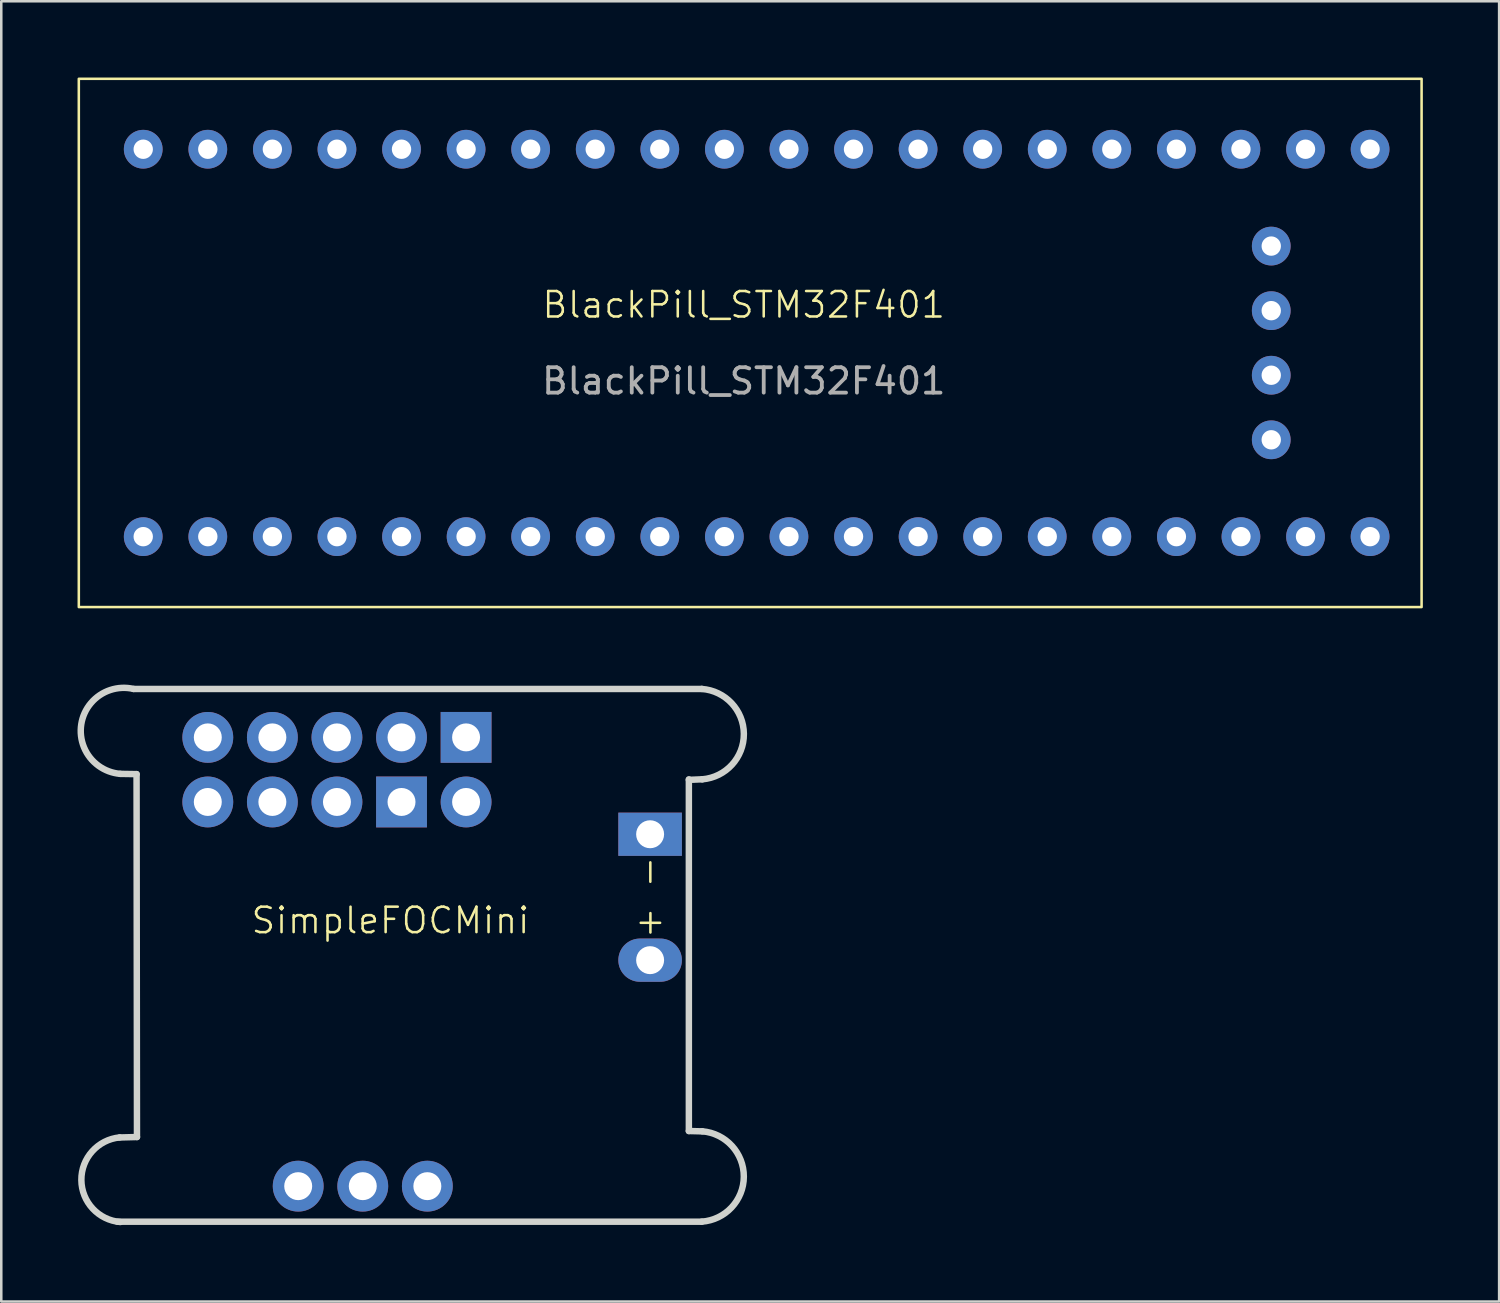
<source format=kicad_pcb>
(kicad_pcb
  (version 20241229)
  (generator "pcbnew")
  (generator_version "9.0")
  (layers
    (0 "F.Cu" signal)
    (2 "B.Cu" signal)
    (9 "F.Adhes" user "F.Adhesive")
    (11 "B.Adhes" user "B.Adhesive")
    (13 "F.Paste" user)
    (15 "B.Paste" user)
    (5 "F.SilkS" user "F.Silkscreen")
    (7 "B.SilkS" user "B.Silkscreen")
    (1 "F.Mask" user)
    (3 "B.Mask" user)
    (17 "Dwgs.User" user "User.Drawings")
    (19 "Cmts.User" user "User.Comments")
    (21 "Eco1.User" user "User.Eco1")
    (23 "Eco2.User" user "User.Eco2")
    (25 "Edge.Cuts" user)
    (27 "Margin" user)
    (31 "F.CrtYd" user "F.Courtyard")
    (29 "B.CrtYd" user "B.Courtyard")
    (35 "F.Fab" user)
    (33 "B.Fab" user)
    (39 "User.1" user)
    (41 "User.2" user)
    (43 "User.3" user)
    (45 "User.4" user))
  (footprint "BlackPill_STM32F401"
    (layer "F.Cu")
    (at 26.206 10.44)
    (property "Reference" "BlackPill_STM32F401" (at 0 -1.5 0) (unlocked yes) (layer "F.SilkS") (effects (font (size 1 1) (thickness 0.1))))
    (attr through_hole)
    (fp_rect (start -26.156 -10.39) (end 26.664 10.39) (stroke (width 0.1) (type default)) (fill no) (layer "F.SilkS"))
    (fp_text user "${REFERENCE}" (at 0 1.5 0) (unlocked yes) (layer "F.Fab") (effects (font (size 1 1) (thickness 0.15))))
    (pad "1" thru_hole circle (at -23.622 7.62) (size 1.524 1.524) (drill 0.762) (layers "*.Cu" "*.Mask"))
    (pad "2" thru_hole circle (at -21.082 7.62) (size 1.524 1.524) (drill 0.762) (layers "*.Cu" "*.Mask"))
    (pad "3" thru_hole circle (at -18.542 7.62) (size 1.524 1.524) (drill 0.762) (layers "*.Cu" "*.Mask"))
    (pad "4" thru_hole circle (at -16.002 7.62) (size 1.524 1.524) (drill 0.762) (layers "*.Cu" "*.Mask"))
    (pad "5" thru_hole circle (at -13.462 7.62) (size 1.524 1.524) (drill 0.762) (layers "*.Cu" "*.Mask"))
    (pad "6" thru_hole circle (at -10.922 7.62) (size 1.524 1.524) (drill 0.762) (layers "*.Cu" "*.Mask"))
    (pad "7" thru_hole circle (at -8.382 7.62) (size 1.524 1.524) (drill 0.762) (layers "*.Cu" "*.Mask"))
    (pad "8" thru_hole circle (at -5.842 7.62) (size 1.524 1.524) (drill 0.762) (layers "*.Cu" "*.Mask"))
    (pad "9" thru_hole circle (at -3.302 7.62) (size 1.524 1.524) (drill 0.762) (layers "*.Cu" "*.Mask"))
    (pad "10" thru_hole circle (at -0.762 7.62) (size 1.524 1.524) (drill 0.762) (layers "*.Cu" "*.Mask"))
    (pad "11" thru_hole circle (at 1.778 7.62) (size 1.524 1.524) (drill 0.762) (layers "*.Cu" "*.Mask"))
    (pad "12" thru_hole circle (at 4.318 7.62) (size 1.524 1.524) (drill 0.762) (layers "*.Cu" "*.Mask"))
    (pad "13" thru_hole circle (at 6.858 7.62) (size 1.524 1.524) (drill 0.762) (layers "*.Cu" "*.Mask"))
    (pad "14" thru_hole circle (at 9.398 7.62) (size 1.524 1.524) (drill 0.762) (layers "*.Cu" "*.Mask"))
    (pad "15" thru_hole circle (at 11.938 7.62) (size 1.524 1.524) (drill 0.762) (layers "*.Cu" "*.Mask"))
    (pad "16" thru_hole circle (at 14.478 7.62) (size 1.524 1.524) (drill 0.762) (layers "*.Cu" "*.Mask"))
    (pad "17" thru_hole circle (at 17.018 7.62) (size 1.524 1.524) (drill 0.762) (layers "*.Cu" "*.Mask"))
    (pad "18" thru_hole circle (at 19.558 7.62) (size 1.524 1.524) (drill 0.762) (layers "*.Cu" "*.Mask"))
    (pad "19" thru_hole circle (at 22.098 7.62) (size 1.524 1.524) (drill 0.762) (layers "*.Cu" "*.Mask"))
    (pad "20" thru_hole circle (at 24.638 7.62) (size 1.524 1.524) (drill 0.762) (layers "*.Cu" "*.Mask"))
    (pad "21" thru_hole circle (at -23.622 -7.62) (size 1.524 1.524) (drill 0.762) (layers "*.Cu" "*.Mask"))
    (pad "22" thru_hole circle (at -21.082 -7.62) (size 1.524 1.524) (drill 0.762) (layers "*.Cu" "*.Mask"))
    (pad "23" thru_hole circle (at -18.542 -7.62) (size 1.524 1.524) (drill 0.762) (layers "*.Cu" "*.Mask"))
    (pad "24" thru_hole circle (at -16.002 -7.62) (size 1.524 1.524) (drill 0.762) (layers "*.Cu" "*.Mask"))
    (pad "25" thru_hole circle (at -13.462 -7.62) (size 1.524 1.524) (drill 0.762) (layers "*.Cu" "*.Mask"))
    (pad "26" thru_hole circle (at -10.922 -7.62) (size 1.524 1.524) (drill 0.762) (layers "*.Cu" "*.Mask"))
    (pad "27" thru_hole circle (at -8.382 -7.62) (size 1.524 1.524) (drill 0.762) (layers "*.Cu" "*.Mask"))
    (pad "28" thru_hole circle (at -5.842 -7.62) (size 1.524 1.524) (drill 0.762) (layers "*.Cu" "*.Mask"))
    (pad "29" thru_hole circle (at -3.302 -7.62) (size 1.524 1.524) (drill 0.762) (layers "*.Cu" "*.Mask"))
    (pad "30" thru_hole circle (at -0.762 -7.62) (size 1.524 1.524) (drill 0.762) (layers "*.Cu" "*.Mask"))
    (pad "31" thru_hole circle (at 1.778 -7.62) (size 1.524 1.524) (drill 0.762) (layers "*.Cu" "*.Mask"))
    (pad "32" thru_hole circle (at 4.318 -7.62) (size 1.524 1.524) (drill 0.762) (layers "*.Cu" "*.Mask"))
    (pad "33" thru_hole circle (at 6.858 -7.62) (size 1.524 1.524) (drill 0.762) (layers "*.Cu" "*.Mask"))
    (pad "34" thru_hole circle (at 9.398 -7.62) (size 1.524 1.524) (drill 0.762) (layers "*.Cu" "*.Mask"))
    (pad "35" thru_hole circle (at 11.938 -7.62) (size 1.524 1.524) (drill 0.762) (layers "*.Cu" "*.Mask"))
    (pad "36" thru_hole circle (at 14.478 -7.62) (size 1.524 1.524) (drill 0.762) (layers "*.Cu" "*.Mask"))
    (pad "37" thru_hole circle (at 17.018 -7.62) (size 1.524 1.524) (drill 0.762) (layers "*.Cu" "*.Mask"))
    (pad "38" thru_hole circle (at 19.558 -7.62) (size 1.524 1.524) (drill 0.762) (layers "*.Cu" "*.Mask"))
    (pad "39" thru_hole circle (at 22.098 -7.62) (size 1.524 1.524) (drill 0.762) (layers "*.Cu" "*.Mask"))
    (pad "40" thru_hole circle (at 24.638 -7.62) (size 1.524 1.524) (drill 0.762) (layers "*.Cu" "*.Mask"))
    (pad "41" thru_hole circle (at 20.75 3.81) (size 1.524 1.524) (drill 0.762) (layers "*.Cu" "*.Mask"))
    (pad "42" thru_hole circle (at 20.75 1.27) (size 1.524 1.524) (drill 0.762) (layers "*.Cu" "*.Mask"))
    (pad "43" thru_hole circle (at 20.75 -1.27) (size 1.524 1.524) (drill 0.762) (layers "*.Cu" "*.Mask"))
    (pad "44" thru_hole circle (at 20.75 -3.81) (size 1.524 1.524) (drill 0.762) (layers "*.Cu" "*.Mask")))
  (footprint "SimpleFOCMini"
    (layer "F.Cu")
    (at 12.31 33.658)
    (property "Reference" "SimpleFOCMini" (at 0 -0.5 0) (unlocked yes) (layer "F.SilkS") (effects (font (size 1 1) (thickness 0.1))))
    (attr through_hole)
    (fp_line (start -10.742 11.348) (end 12.245 11.348) (stroke (width 0.254) (type solid)) (layer "Edge.Cuts"))
    (fp_line (start -10.653 8.036) (end -9.972 8.018) (stroke (width 0.254) (type solid)) (layer "Edge.Cuts"))
    (fp_line (start -10.628 -6.267) (end -9.988 -6.257) (stroke (width 0.254) (type solid)) (layer "Edge.Cuts"))
    (fp_line (start -9.988 -6.257) (end -9.972 8.018) (stroke (width 0.254) (type solid)) (layer "Edge.Cuts"))
    (fp_line (start 11.737 -6.051) (end 11.737 7.782) (stroke (width 0.254) (type solid)) (layer "Edge.Cuts"))
    (fp_line (start 12.245 -9.607) (end -10.107 -9.607) (stroke (width 0.254) (type solid)) (layer "Edge.Cuts"))
    (fp_line (start 12.265 -6.054) (end 11.737 -6.031) (stroke (width 0.254) (type solid)) (layer "Edge.Cuts"))
    (fp_line (start 12.265 7.795) (end 11.737 7.782) (stroke (width 0.254) (type solid)) (layer "Edge.Cuts"))
    (fp_arc (start -10.629498 -6.26741) (mid -12.163017 -8.218305) (end -10.107059 -9.607805) (stroke (width 0.254) (type solid)) (layer "Edge.Cuts"))
    (fp_arc (start -10.627498 11.36159) (mid -12.159236 9.710071) (end -10.654348 8.03405) (stroke (width 0.254) (type solid)) (layer "Edge.Cuts"))
    (fp_arc (start 12.244502 -9.60741) (mid 13.9 -7.84) (end 12.265618 -6.053044) (stroke (width 0.254) (type solid)) (layer "Edge.Cuts"))
    (fp_arc (start 12.265502 7.79359) (mid 13.899627 9.580092) (end 12.24456 11.347211) (stroke (width 0.254) (type solid)) (layer "Edge.Cuts"))
    (fp_text user "+" (at 9.54 0.1 0) (unlocked yes) (layer "F.SilkS") (effects (font (size 1 1) (thickness 0.1)) (justify left bottom)))
    (fp_text user "-" (at 10.73 -1.72 90) (unlocked yes) (layer "F.SilkS") (effects (font (size 1 1) (thickness 0.1)) (justify left bottom)))
    (pad "1" thru_hole circle (at -3.63 9.951 180) (size 2 2) (drill 1.1) (layers "*.Cu" "*.Paste" "*.Mask"))
    (pad "2" thru_hole circle (at -1.09 9.951 180) (size 2 2) (drill 1.1) (layers "*.Cu" "*.Paste" "*.Mask"))
    (pad "3" thru_hole circle (at 1.45 9.951 180) (size 2 2) (drill 1.1) (layers "*.Cu" "*.Paste" "*.Mask"))
    (pad "4" thru_hole oval (at 10.213 1.061 90) (size 1.7 2.5) (drill 1.1) (layers "*.Cu" "*.Paste" "*.Mask"))
    (pad "5" thru_hole rect (at 10.213 -3.892 90) (size 1.7 2.5) (drill 1.1) (layers "*.Cu" "*.Paste" "*.Mask"))
    (pad "6" thru_hole circle (at -7.186 -7.702 180) (size 2 2) (drill 1.1) (layers "*.Cu" "*.Paste" "*.Mask"))
    (pad "7" thru_hole circle (at -4.646 -7.702 180) (size 2 2) (drill 1.1) (layers "*.Cu" "*.Paste" "*.Mask"))
    (pad "8" thru_hole circle (at -2.106 -7.702 180) (size 2 2) (drill 1.1) (layers "*.Cu" "*.Paste" "*.Mask"))
    (pad "9" thru_hole circle (at 0.434 -7.702 180) (size 2 2) (drill 1.1) (layers "*.Cu" "*.Paste" "*.Mask"))
    (pad "10" thru_hole rect (at 2.974 -7.702 90) (size 2 2) (drill 1.1) (layers "*.Cu" "*.Paste" "*.Mask"))
    (pad "11" thru_hole circle (at -7.186 -5.162 180) (size 2 2) (drill 1.1) (layers "*.Cu" "*.Paste" "*.Mask"))
    (pad "12" thru_hole circle (at -4.646 -5.162 180) (size 2 2) (drill 1.1) (layers "*.Cu" "*.Paste" "*.Mask"))
    (pad "13" thru_hole circle (at -2.106 -5.162 180) (size 2 2) (drill 1.1) (layers "*.Cu" "*.Paste" "*.Mask"))
    (pad "14" thru_hole rect (at 0.434 -5.162 180) (size 2 2) (drill 1.1) (layers "*.Cu" "*.Paste" "*.Mask"))
    (pad "15" thru_hole circle (at 2.974 -5.162 180) (size 2 2) (drill 1.1) (layers "*.Cu" "*.Paste" "*.Mask")))
  (gr_rect
    (start -3 -3)
    (end 55.92 48.147)
    (stroke (width 0.1) (type default))
    (fill no)
    (layer "Edge.Cuts")))
</source>
